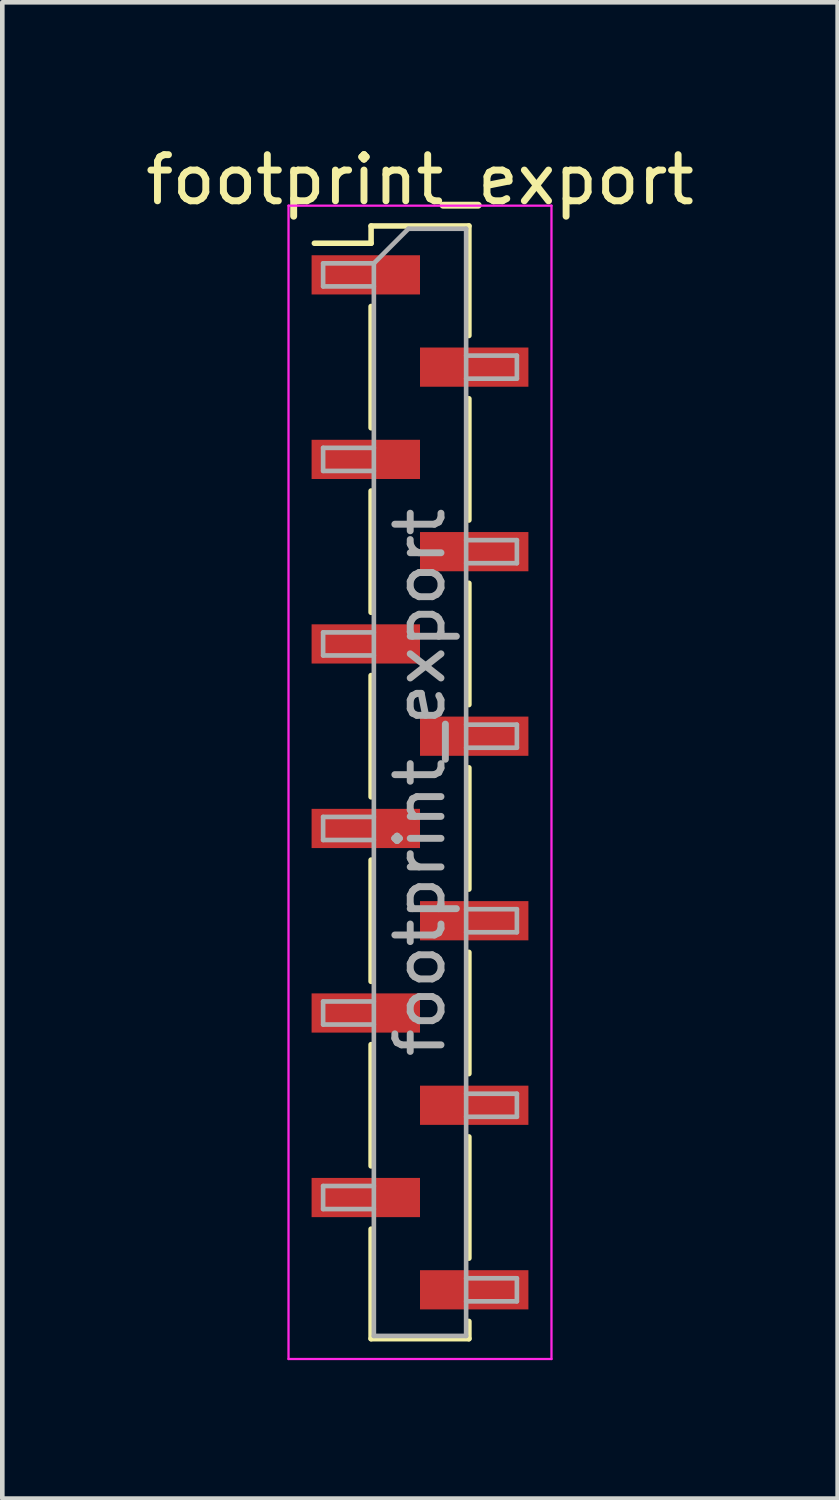
<source format=kicad_pcb>
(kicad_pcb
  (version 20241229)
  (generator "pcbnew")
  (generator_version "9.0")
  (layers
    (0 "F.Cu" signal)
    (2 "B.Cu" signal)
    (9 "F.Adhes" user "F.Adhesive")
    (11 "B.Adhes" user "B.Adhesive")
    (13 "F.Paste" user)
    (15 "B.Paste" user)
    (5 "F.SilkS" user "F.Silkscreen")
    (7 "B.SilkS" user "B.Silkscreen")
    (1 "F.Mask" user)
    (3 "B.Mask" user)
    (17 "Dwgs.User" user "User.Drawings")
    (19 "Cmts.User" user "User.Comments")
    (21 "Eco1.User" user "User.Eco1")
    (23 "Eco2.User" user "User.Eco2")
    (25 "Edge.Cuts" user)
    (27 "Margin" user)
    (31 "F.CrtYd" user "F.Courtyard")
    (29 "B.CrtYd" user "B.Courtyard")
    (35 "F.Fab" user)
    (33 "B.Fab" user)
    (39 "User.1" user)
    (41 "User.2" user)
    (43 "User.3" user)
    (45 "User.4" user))
  (footprint "footprint_export"
    (layer "F.Cu")
    (at 6.054 13.908)
    (property "Reference" "footprint_export" (at 0 -13.06 0) (layer "F.SilkS") (effects (font (size 1 1) (thickness 0.15))))
    (attr smd)
    (fp_line (start -1.06 -12.06) (end -1.06 -11.685) (stroke (width 0.12) (type solid)) (layer "F.SilkS"))
    (fp_line (start -1.06 -12.06) (end 1.06 -12.06) (stroke (width 0.12) (type solid)) (layer "F.SilkS"))
    (fp_line (start -1.06 -11.685) (end -2.29 -11.685) (stroke (width 0.12) (type solid)) (layer "F.SilkS"))
    (fp_line (start -1.06 -10.315) (end -1.06 -7.685) (stroke (width 0.12) (type solid)) (layer "F.SilkS"))
    (fp_line (start -1.06 -6.315) (end -1.06 -3.685) (stroke (width 0.12) (type solid)) (layer "F.SilkS"))
    (fp_line (start -1.06 -2.315) (end -1.06 0.315) (stroke (width 0.12) (type solid)) (layer "F.SilkS"))
    (fp_line (start -1.06 1.685) (end -1.06 4.315) (stroke (width 0.12) (type solid)) (layer "F.SilkS"))
    (fp_line (start -1.06 5.685) (end -1.06 8.315) (stroke (width 0.12) (type solid)) (layer "F.SilkS"))
    (fp_line (start -1.06 9.685) (end -1.06 12.06) (stroke (width 0.12) (type solid)) (layer "F.SilkS"))
    (fp_line (start -1.06 12.06) (end 1.06 12.06) (stroke (width 0.12) (type solid)) (layer "F.SilkS"))
    (fp_line (start 1.06 -12.06) (end 1.06 -9.685) (stroke (width 0.12) (type solid)) (layer "F.SilkS"))
    (fp_line (start 1.06 -8.315) (end 1.06 -5.685) (stroke (width 0.12) (type solid)) (layer "F.SilkS"))
    (fp_line (start 1.06 -4.315) (end 1.06 -1.685) (stroke (width 0.12) (type solid)) (layer "F.SilkS"))
    (fp_line (start 1.06 -0.315) (end 1.06 2.315) (stroke (width 0.12) (type solid)) (layer "F.SilkS"))
    (fp_line (start 1.06 3.685) (end 1.06 6.315) (stroke (width 0.12) (type solid)) (layer "F.SilkS"))
    (fp_line (start 1.06 7.685) (end 1.06 10.315) (stroke (width 0.12) (type solid)) (layer "F.SilkS"))
    (fp_line (start 1.06 11.685) (end 1.06 12.06) (stroke (width 0.12) (type solid)) (layer "F.SilkS"))
    (fp_line (start -2.85 -12.5) (end -2.85 12.5) (stroke (width 0.05) (type solid)) (layer "F.CrtYd"))
    (fp_line (start -2.85 12.5) (end 2.85 12.5) (stroke (width 0.05) (type solid)) (layer "F.CrtYd"))
    (fp_line (start 2.85 -12.5) (end -2.85 -12.5) (stroke (width 0.05) (type solid)) (layer "F.CrtYd"))
    (fp_line (start 2.85 12.5) (end 2.85 -12.5) (stroke (width 0.05) (type solid)) (layer "F.CrtYd"))
    (fp_line (start -2.1 -11.25) (end -2.1 -10.75) (stroke (width 0.1) (type solid)) (layer "F.Fab"))
    (fp_line (start -2.1 -10.75) (end -1 -10.75) (stroke (width 0.1) (type solid)) (layer "F.Fab"))
    (fp_line (start -2.1 -7.25) (end -2.1 -6.75) (stroke (width 0.1) (type solid)) (layer "F.Fab"))
    (fp_line (start -2.1 -6.75) (end -1 -6.75) (stroke (width 0.1) (type solid)) (layer "F.Fab"))
    (fp_line (start -2.1 -3.25) (end -2.1 -2.75) (stroke (width 0.1) (type solid)) (layer "F.Fab"))
    (fp_line (start -2.1 -2.75) (end -1 -2.75) (stroke (width 0.1) (type solid)) (layer "F.Fab"))
    (fp_line (start -2.1 0.75) (end -2.1 1.25) (stroke (width 0.1) (type solid)) (layer "F.Fab"))
    (fp_line (start -2.1 1.25) (end -1 1.25) (stroke (width 0.1) (type solid)) (layer "F.Fab"))
    (fp_line (start -2.1 4.75) (end -2.1 5.25) (stroke (width 0.1) (type solid)) (layer "F.Fab"))
    (fp_line (start -2.1 5.25) (end -1 5.25) (stroke (width 0.1) (type solid)) (layer "F.Fab"))
    (fp_line (start -2.1 8.75) (end -2.1 9.25) (stroke (width 0.1) (type solid)) (layer "F.Fab"))
    (fp_line (start -2.1 9.25) (end -1 9.25) (stroke (width 0.1) (type solid)) (layer "F.Fab"))
    (fp_line (start -1 -11.25) (end -2.1 -11.25) (stroke (width 0.1) (type solid)) (layer "F.Fab"))
    (fp_line (start -1 -11.25) (end -0.25 -12) (stroke (width 0.1) (type solid)) (layer "F.Fab"))
    (fp_line (start -1 -7.25) (end -2.1 -7.25) (stroke (width 0.1) (type solid)) (layer "F.Fab"))
    (fp_line (start -1 -3.25) (end -2.1 -3.25) (stroke (width 0.1) (type solid)) (layer "F.Fab"))
    (fp_line (start -1 0.75) (end -2.1 0.75) (stroke (width 0.1) (type solid)) (layer "F.Fab"))
    (fp_line (start -1 4.75) (end -2.1 4.75) (stroke (width 0.1) (type solid)) (layer "F.Fab"))
    (fp_line (start -1 8.75) (end -2.1 8.75) (stroke (width 0.1) (type solid)) (layer "F.Fab"))
    (fp_line (start -1 12) (end -1 -11.25) (stroke (width 0.1) (type solid)) (layer "F.Fab"))
    (fp_line (start -0.25 -12) (end 1 -12) (stroke (width 0.1) (type solid)) (layer "F.Fab"))
    (fp_line (start 1 -12) (end 1 12) (stroke (width 0.1) (type solid)) (layer "F.Fab"))
    (fp_line (start 1 -9.25) (end 2.1 -9.25) (stroke (width 0.1) (type solid)) (layer "F.Fab"))
    (fp_line (start 1 -5.25) (end 2.1 -5.25) (stroke (width 0.1) (type solid)) (layer "F.Fab"))
    (fp_line (start 1 -1.25) (end 2.1 -1.25) (stroke (width 0.1) (type solid)) (layer "F.Fab"))
    (fp_line (start 1 2.75) (end 2.1 2.75) (stroke (width 0.1) (type solid)) (layer "F.Fab"))
    (fp_line (start 1 6.75) (end 2.1 6.75) (stroke (width 0.1) (type solid)) (layer "F.Fab"))
    (fp_line (start 1 10.75) (end 2.1 10.75) (stroke (width 0.1) (type solid)) (layer "F.Fab"))
    (fp_line (start 1 12) (end -1 12) (stroke (width 0.1) (type solid)) (layer "F.Fab"))
    (fp_line (start 2.1 -9.25) (end 2.1 -8.75) (stroke (width 0.1) (type solid)) (layer "F.Fab"))
    (fp_line (start 2.1 -8.75) (end 1 -8.75) (stroke (width 0.1) (type solid)) (layer "F.Fab"))
    (fp_line (start 2.1 -5.25) (end 2.1 -4.75) (stroke (width 0.1) (type solid)) (layer "F.Fab"))
    (fp_line (start 2.1 -4.75) (end 1 -4.75) (stroke (width 0.1) (type solid)) (layer "F.Fab"))
    (fp_line (start 2.1 -1.25) (end 2.1 -0.75) (stroke (width 0.1) (type solid)) (layer "F.Fab"))
    (fp_line (start 2.1 -0.75) (end 1 -0.75) (stroke (width 0.1) (type solid)) (layer "F.Fab"))
    (fp_line (start 2.1 2.75) (end 2.1 3.25) (stroke (width 0.1) (type solid)) (layer "F.Fab"))
    (fp_line (start 2.1 3.25) (end 1 3.25) (stroke (width 0.1) (type solid)) (layer "F.Fab"))
    (fp_line (start 2.1 6.75) (end 2.1 7.25) (stroke (width 0.1) (type solid)) (layer "F.Fab"))
    (fp_line (start 2.1 7.25) (end 1 7.25) (stroke (width 0.1) (type solid)) (layer "F.Fab"))
    (fp_line (start 2.1 10.75) (end 2.1 11.25) (stroke (width 0.1) (type solid)) (layer "F.Fab"))
    (fp_line (start 2.1 11.25) (end 1 11.25) (stroke (width 0.1) (type solid)) (layer "F.Fab"))
    (fp_text user "${REFERENCE}" (at 0 0 90) (layer "F.Fab") (effects (font (size 1 1) (thickness 0.15))))
    (pad "1" smd rect (at -1.175 -11) (size 2.35 0.85) (layers "F.Cu" "F.Mask" "F.Paste"))
    (pad "2" smd rect (at 1.175 -9) (size 2.35 0.85) (layers "F.Cu" "F.Mask" "F.Paste"))
    (pad "3" smd rect (at -1.175 -7) (size 2.35 0.85) (layers "F.Cu" "F.Mask" "F.Paste"))
    (pad "4" smd rect (at 1.175 -5) (size 2.35 0.85) (layers "F.Cu" "F.Mask" "F.Paste"))
    (pad "5" smd rect (at -1.175 -3) (size 2.35 0.85) (layers "F.Cu" "F.Mask" "F.Paste"))
    (pad "6" smd rect (at 1.175 -1) (size 2.35 0.85) (layers "F.Cu" "F.Mask" "F.Paste"))
    (pad "7" smd rect (at -1.175 1) (size 2.35 0.85) (layers "F.Cu" "F.Mask" "F.Paste"))
    (pad "8" smd rect (at 1.175 3) (size 2.35 0.85) (layers "F.Cu" "F.Mask" "F.Paste"))
    (pad "9" smd rect (at -1.175 5) (size 2.35 0.85) (layers "F.Cu" "F.Mask" "F.Paste"))
    (pad "10" smd rect (at 1.175 7) (size 2.35 0.85) (layers "F.Cu" "F.Mask" "F.Paste"))
    (pad "11" smd rect (at -1.175 9) (size 2.35 0.85) (layers "F.Cu" "F.Mask" "F.Paste"))
    (pad "12" smd rect (at 1.175 11) (size 2.35 0.85) (layers "F.Cu" "F.Mask" "F.Paste")))
  (gr_rect
    (start -3 -3)
    (end 15.107 29.433)
    (stroke (width 0.1) (type default))
    (fill no)
    (layer "Edge.Cuts")))
</source>
